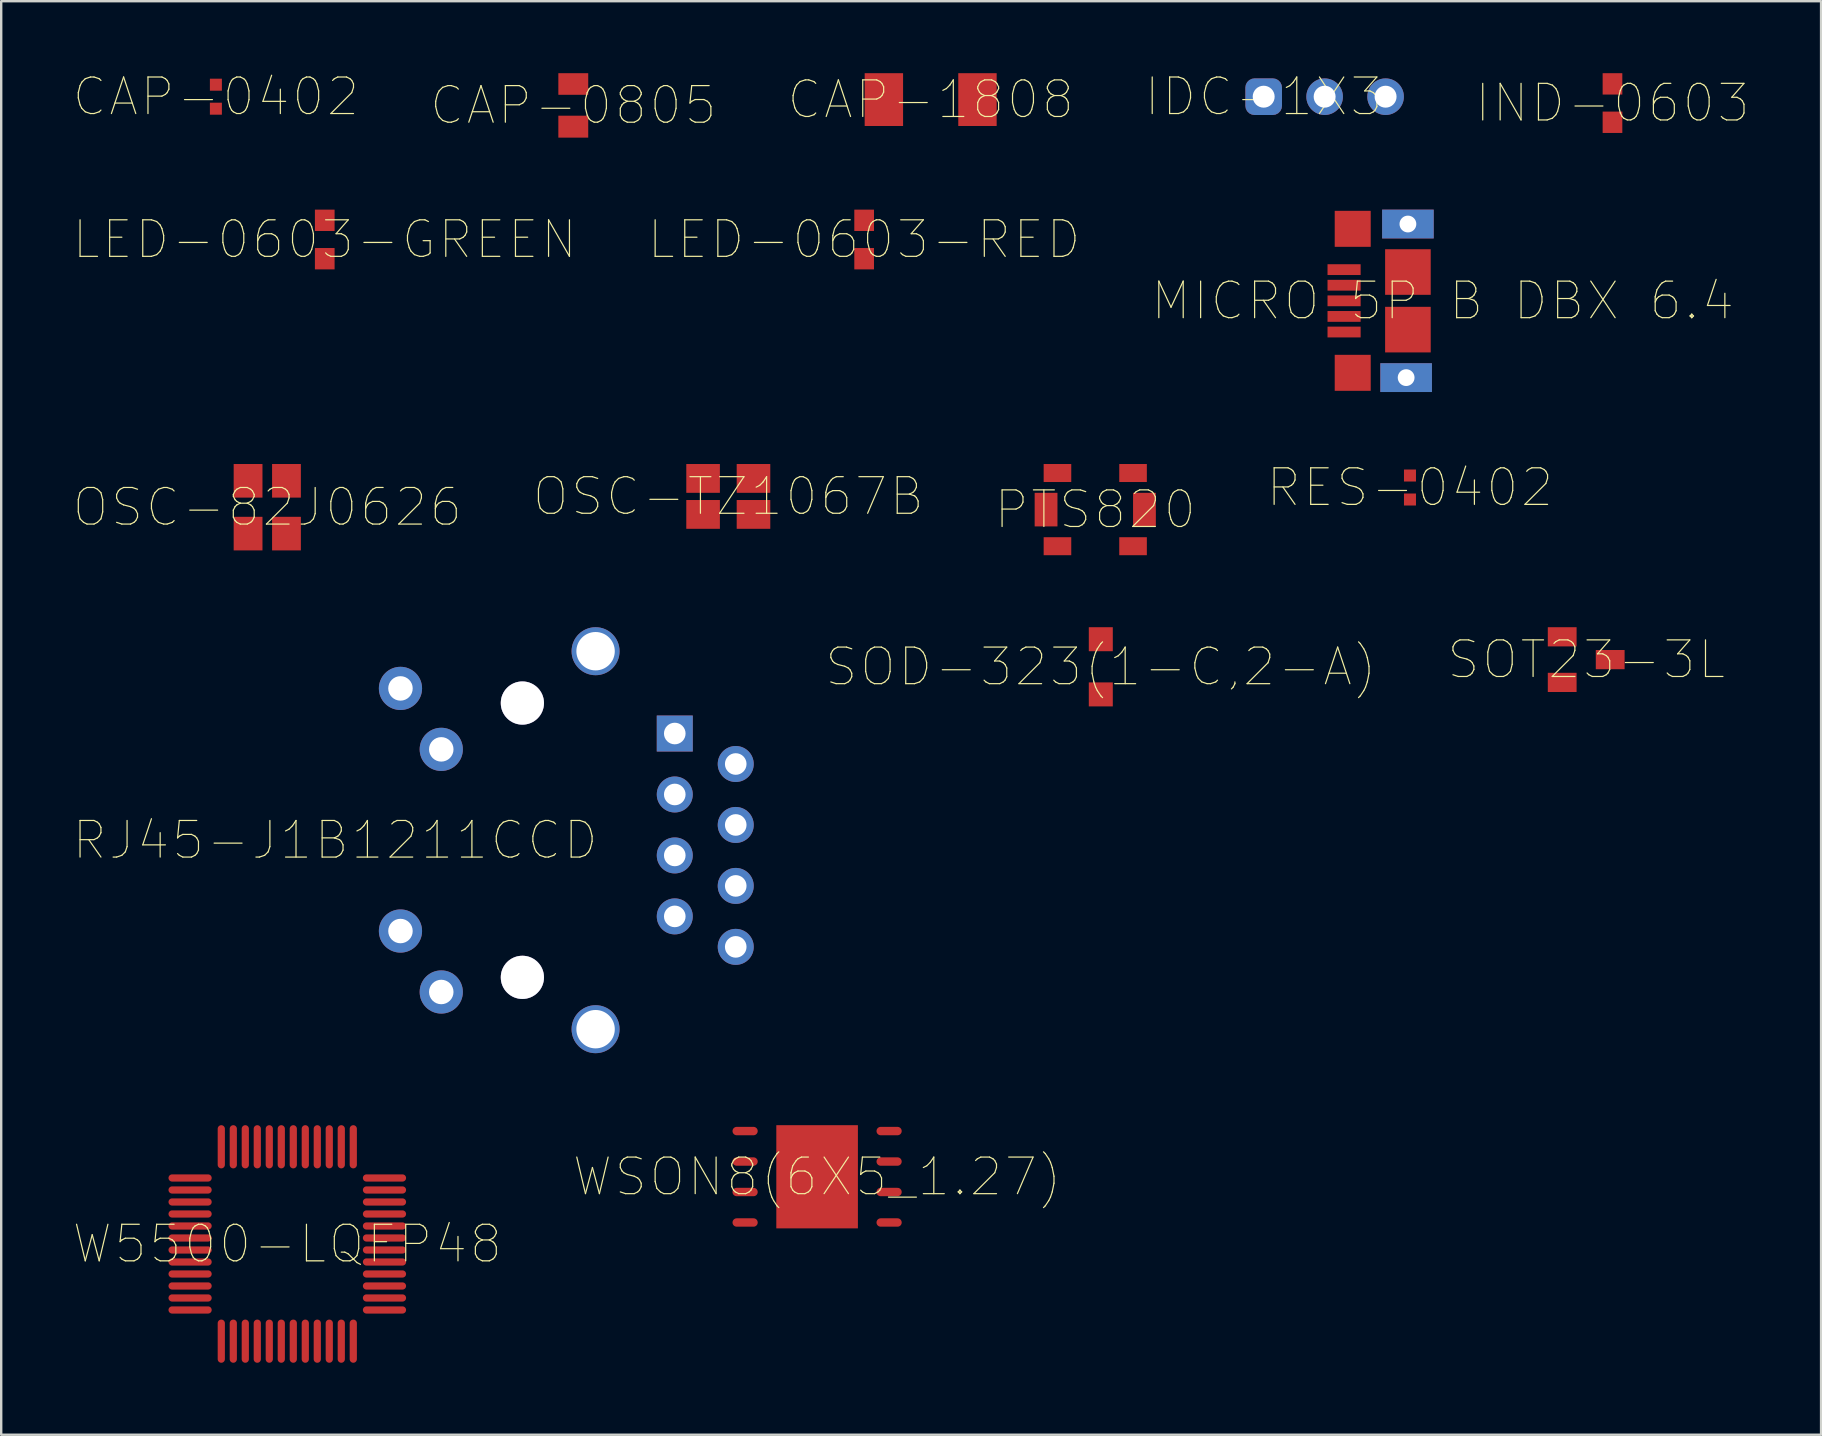
<source format=kicad_pcb>
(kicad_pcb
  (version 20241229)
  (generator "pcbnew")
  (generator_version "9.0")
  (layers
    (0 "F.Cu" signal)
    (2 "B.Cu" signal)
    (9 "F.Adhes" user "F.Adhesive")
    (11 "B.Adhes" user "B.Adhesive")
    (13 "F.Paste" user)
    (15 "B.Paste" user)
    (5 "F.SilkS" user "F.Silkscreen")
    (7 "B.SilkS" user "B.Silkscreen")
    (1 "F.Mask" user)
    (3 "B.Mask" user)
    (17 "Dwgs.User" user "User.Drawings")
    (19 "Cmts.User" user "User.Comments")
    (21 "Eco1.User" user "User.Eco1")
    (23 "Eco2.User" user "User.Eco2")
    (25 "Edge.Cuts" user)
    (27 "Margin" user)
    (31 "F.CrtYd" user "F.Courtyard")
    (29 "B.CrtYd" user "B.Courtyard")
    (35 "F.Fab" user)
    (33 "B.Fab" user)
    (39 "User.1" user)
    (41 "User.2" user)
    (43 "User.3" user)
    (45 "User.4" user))
  (footprint "IND-0603"
    (layer "F.Cu")
    (at 64.14 1.245)
    (property "Reference" "IND-0603" (at 0 0 0) (layer "F.SilkS") (effects (font (size 1.524 1.524) (thickness 0.05))))
    (attr smd)
    (pad "1" smd rect (at 0 -0.8 270) (size 0.89 0.82) (layers "F.Cu"))
    (pad "2" smd rect (at 0 0.8 270) (size 0.89 0.82) (layers "F.Cu")))
  (footprint "LED-0603-GREEN"
    (layer "F.Cu")
    (at 10.482 6.93)
    (property "Reference" "LED-0603-GREEN" (at 0 0 0) (layer "F.SilkS") (effects (font (size 1.524 1.524) (thickness 0.05))))
    (attr smd)
    (pad "1" smd rect (at 0 0.8 90) (size 0.89 0.82) (layers "F.Cu"))
    (pad "2" smd rect (at 0 -0.8 90) (size 0.89 0.82) (layers "F.Cu")))
  (footprint "WSON8(6X5_1.27)"
    (layer "F.Cu")
    (at 30.998 45.985)
    (property "Reference" "WSON8(6X5_1.27)" (at 0 0 0) (layer "F.SilkS") (effects (font (size 1.524 1.524) (thickness 0.05))))
    (attr smd)
    (pad "1" smd oval (at 3 1.905 180) (size 1.05 0.35) (layers "F.Cu"))
    (pad "2" smd oval (at 3 0.635 180) (size 1.05 0.35) (layers "F.Cu"))
    (pad "3" smd oval (at 3 -0.635 180) (size 1.05 0.35) (layers "F.Cu"))
    (pad "4" smd oval (at 3 -1.905 180) (size 1.05 0.35) (layers "F.Cu"))
    (pad "5" smd oval (at -3 -1.905 180) (size 1.05 0.35) (layers "F.Cu"))
    (pad "6" smd oval (at -3 -0.635 180) (size 1.05 0.35) (layers "F.Cu"))
    (pad "7" smd oval (at -3 0.635 180) (size 1.05 0.35) (layers "F.Cu"))
    (pad "8" smd oval (at -3 1.905 180) (size 1.05 0.35) (layers "F.Cu"))
    (pad "9" smd rect (at 0 0 180) (size 3.4 4.3) (layers "F.Cu")))
  (footprint "CAP-0805"
    (layer "F.Cu")
    (at 20.838 1.339)
    (property "Reference" "CAP-0805" (at 0 0 0) (layer "F.SilkS") (effects (font (size 1.524 1.524) (thickness 0.05))))
    (attr smd)
    (pad "1" smd rect (at 0 0.889 90) (size 0.914 1.245) (layers "F.Cu"))
    (pad "2" smd rect (at 0 -0.889 90) (size 0.9 1.245) (layers "F.Cu")))
  (footprint "RES-0402"
    (layer "F.Cu")
    (at 55.702 17.264)
    (property "Reference" "RES-0402" (at 0 0 0) (layer "F.SilkS") (effects (font (size 1.524 1.524) (thickness 0.05))))
    (attr smd)
    (pad "1" smd rect (at 0 -0.5 270) (size 0.5 0.5) (layers "F.Cu"))
    (pad "2" smd rect (at 0 0.5 270) (size 0.5 0.5) (layers "F.Cu")))
  (footprint "RJ45-J1B1211CCD"
    (layer "F.Cu")
    (at 10.917 31.96)
    (property "Reference" "RJ45-J1B1211CCD" (at 0 0 0) (layer "F.SilkS") (effects (font (size 1.524 1.524) (thickness 0.05))))
    (attr smd)
    (pad "" thru_hole circle (at 7.8 -5.715 90) (size 1.8 1.8) (drill 3.25) (layers "*.Cu"))
    (pad "" thru_hole circle (at 7.8 5.715 90) (size 1.8 1.8) (drill 3.25) (layers "*.Cu"))
    (pad "1" thru_hole rect (at 14.15 -4.445 90) (size 1.5 1.5) (drill 0.9) (layers "*.Cu"))
    (pad "2" thru_hole circle (at 16.69 -3.175 90) (size 1.5 1.5) (drill 0.9) (layers "*.Cu"))
    (pad "3" thru_hole circle (at 14.15 -1.905 90) (size 1.5 1.5) (drill 0.9) (layers "*.Cu"))
    (pad "4" thru_hole circle (at 16.69 -0.635 90) (size 1.5 1.5) (drill 0.9) (layers "*.Cu"))
    (pad "5" thru_hole circle (at 14.15 0.635 90) (size 1.5 1.5) (drill 0.9) (layers "*.Cu"))
    (pad "6" thru_hole circle (at 16.69 1.905 90) (size 1.5 1.5) (drill 0.9) (layers "*.Cu"))
    (pad "7" thru_hole circle (at 14.15 3.175 90) (size 1.5 1.5) (drill 0.9) (layers "*.Cu"))
    (pad "8" thru_hole circle (at 16.69 4.445 90) (size 1.5 1.5) (drill 0.9) (layers "*.Cu"))
    (pad "9" thru_hole circle (at 2.72 -6.325 90) (size 1.8 1.8) (drill 1.02) (layers "*.Cu"))
    (pad "10" thru_hole circle (at 4.42 -3.785 90) (size 1.8 1.8) (drill 1.02) (layers "*.Cu"))
    (pad "11" thru_hole circle (at 2.72 3.785 90) (size 1.8 1.8) (drill 1.02) (layers "*.Cu"))
    (pad "12" thru_hole circle (at 4.42 6.325 90) (size 1.8 1.8) (drill 1.02) (layers "*.Cu"))
    (pad "S1" thru_hole circle (at 10.85 -7.875 90) (size 2 2) (drill 1.6) (layers "*.Cu"))
    (pad "S2" thru_hole circle (at 10.85 7.875 90) (size 2 2) (drill 1.6) (layers "*.Cu")))
  (footprint "OSC-TZ1067B"
    (layer "F.Cu")
    (at 27.297 17.635)
    (property "Reference" "OSC-TZ1067B" (at 0 0 0) (layer "F.SilkS") (effects (font (size 1.524 1.524) (thickness 0.05))))
    (attr smd)
    (pad "1" smd rect (at 1.05 -0.75 180) (size 1.4 1.2) (layers "F.Cu"))
    (pad "2" smd rect (at -1.05 -0.75 180) (size 1.4 1.2) (layers "F.Cu"))
    (pad "3" smd rect (at -1.05 0.75 180) (size 1.4 1.2) (layers "F.Cu"))
    (pad "4" smd rect (at 1.05 0.75 180) (size 1.4 1.2) (layers "F.Cu")))
  (footprint "MICRO 5P B DBX 6.4"
    (layer "F.Cu")
    (at 57.066 9.485)
    (property "Reference" "MICRO 5P B DBX 6.4" (at 0 0 0) (layer "F.SilkS") (effects (font (size 1.524 1.524) (thickness 0.05))))
    (attr smd)
    (pad "1" smd rect (at -4.11 1.3 90) (size 0.45 1.38) (layers "F.Cu"))
    (pad "2" smd rect (at -4.11 0.65 90) (size 0.45 1.38) (layers "F.Cu"))
    (pad "3" smd rect (at -4.11 0 90) (size 0.45 1.38) (layers "F.Cu"))
    (pad "4" smd rect (at -4.11 -0.65 90) (size 0.45 1.38) (layers "F.Cu"))
    (pad "5" smd rect (at -4.11 -1.3 90) (size 0.45 1.38) (layers "F.Cu"))
    (pad "6" thru_hole rect (at -1.524 3.2) (size 2.15 1.2) (drill 0.7) (layers "*.Cu"))
    (pad "7" thru_hole rect (at -1.45 -3.2) (size 2.15 1.2) (drill 0.7) (layers "*.Cu"))
    (pad "8" smd rect (at -1.45 1.2) (size 1.9 1.9) (layers "F.Cu"))
    (pad "9" smd rect (at -1.45 -1.2) (size 1.9 1.9) (layers "F.Cu"))
    (pad "10" smd rect (at -3.75 -3) (size 1.5 1.5) (layers "F.Cu"))
    (pad "11" smd rect (at -3.75 3) (size 1.5 1.5) (layers "F.Cu")))
  (footprint "W5500-LQFP48"
    (layer "F.Cu")
    (at 8.921 48.785)
    (property "Reference" "W5500-LQFP48" (at 0 0 0) (layer "F.SilkS") (effects (font (size 1.524 1.524) (thickness 0.05))))
    (attr smd)
    (pad "1" smd oval (at -4.05 -2.75 90) (size 0.3 1.8) (layers "F.Cu"))
    (pad "2" smd oval (at -4.05 -2.25 90) (size 0.3 1.8) (layers "F.Cu"))
    (pad "3" smd oval (at -4.05 -1.75 90) (size 0.3 1.8) (layers "F.Cu"))
    (pad "4" smd oval (at -4.05 -1.25 90) (size 0.3 1.8) (layers "F.Cu"))
    (pad "5" smd oval (at -4.05 -0.75 90) (size 0.3 1.8) (layers "F.Cu"))
    (pad "6" smd oval (at -4.05 -0.25 90) (size 0.3 1.8) (layers "F.Cu"))
    (pad "7" smd oval (at -4.05 0.25 90) (size 0.3 1.8) (layers "F.Cu"))
    (pad "8" smd oval (at -4.05 0.75 90) (size 0.3 1.8) (layers "F.Cu"))
    (pad "9" smd oval (at -4.05 1.25 90) (size 0.3 1.8) (layers "F.Cu"))
    (pad "10" smd oval (at -4.05 1.75 90) (size 0.3 1.8) (layers "F.Cu"))
    (pad "11" smd oval (at -4.05 2.25 90) (size 0.3 1.8) (layers "F.Cu"))
    (pad "12" smd oval (at -4.05 2.75 90) (size 0.3 1.8) (layers "F.Cu"))
    (pad "13" smd oval (at -2.75 4.05) (size 0.3 1.8) (layers "F.Cu"))
    (pad "14" smd oval (at -2.25 4.05) (size 0.3 1.8) (layers "F.Cu"))
    (pad "15" smd oval (at -1.75 4.05) (size 0.3 1.8) (layers "F.Cu"))
    (pad "16" smd oval (at -1.25 4.05) (size 0.3 1.8) (layers "F.Cu"))
    (pad "17" smd oval (at -0.75 4.05) (size 0.3 1.8) (layers "F.Cu"))
    (pad "18" smd oval (at -0.25 4.05) (size 0.3 1.8) (layers "F.Cu"))
    (pad "19" smd oval (at 0.25 4.05) (size 0.3 1.8) (layers "F.Cu"))
    (pad "20" smd oval (at 0.75 4.05) (size 0.3 1.8) (layers "F.Cu"))
    (pad "21" smd oval (at 1.25 4.05) (size 0.3 1.8) (layers "F.Cu"))
    (pad "22" smd oval (at 1.75 4.05) (size 0.3 1.8) (layers "F.Cu"))
    (pad "23" smd oval (at 2.25 4.05) (size 0.3 1.8) (layers "F.Cu"))
    (pad "24" smd oval (at 2.75 4.05) (size 0.3 1.8) (layers "F.Cu"))
    (pad "25" smd oval (at 4.05 2.75 90) (size 0.3 1.8) (layers "F.Cu"))
    (pad "26" smd oval (at 4.05 2.25 90) (size 0.3 1.8) (layers "F.Cu"))
    (pad "27" smd oval (at 4.05 1.75 90) (size 0.3 1.8) (layers "F.Cu"))
    (pad "28" smd oval (at 4.05 1.25 90) (size 0.3 1.8) (layers "F.Cu"))
    (pad "29" smd oval (at 4.05 0.75 90) (size 0.3 1.8) (layers "F.Cu"))
    (pad "30" smd oval (at 4.05 0.25 90) (size 0.3 1.8) (layers "F.Cu"))
    (pad "31" smd oval (at 4.05 -0.25 90) (size 0.3 1.8) (layers "F.Cu"))
    (pad "32" smd oval (at 4.05 -0.75 90) (size 0.3 1.8) (layers "F.Cu"))
    (pad "33" smd oval (at 4.05 -1.25 90) (size 0.3 1.8) (layers "F.Cu"))
    (pad "34" smd oval (at 4.05 -1.75 90) (size 0.3 1.8) (layers "F.Cu"))
    (pad "35" smd oval (at 4.05 -2.25 90) (size 0.3 1.8) (layers "F.Cu"))
    (pad "36" smd oval (at 4.05 -2.75 90) (size 0.3 1.8) (layers "F.Cu"))
    (pad "37" smd oval (at 2.75 -4.05) (size 0.3 1.8) (layers "F.Cu"))
    (pad "38" smd oval (at 2.25 -4.05) (size 0.3 1.8) (layers "F.Cu"))
    (pad "39" smd oval (at 1.75 -4.05) (size 0.3 1.8) (layers "F.Cu"))
    (pad "40" smd oval (at 1.25 -4.05) (size 0.3 1.8) (layers "F.Cu"))
    (pad "41" smd oval (at 0.75 -4.05) (size 0.3 1.8) (layers "F.Cu"))
    (pad "42" smd oval (at 0.25 -4.05) (size 0.3 1.8) (layers "F.Cu"))
    (pad "43" smd oval (at -0.25 -4.05) (size 0.3 1.8) (layers "F.Cu"))
    (pad "44" smd oval (at -0.75 -4.05) (size 0.3 1.8) (layers "F.Cu"))
    (pad "45" smd oval (at -1.25 -4.05) (size 0.3 1.8) (layers "F.Cu"))
    (pad "46" smd oval (at -1.75 -4.05) (size 0.3 1.8) (layers "F.Cu"))
    (pad "47" smd oval (at -2.25 -4.05) (size 0.3 1.8) (layers "F.Cu"))
    (pad "48" smd oval (at -2.75 -4.05) (size 0.3 1.8) (layers "F.Cu")))
  (footprint "SOT23-3L"
    (layer "F.Cu")
    (at 63.045 24.435)
    (property "Reference" "SOT23-3L" (at 0 0 0) (layer "F.SilkS") (effects (font (size 1.524 1.524) (thickness 0.05))))
    (attr smd)
    (pad "1" smd rect (at -1 -0.95 270) (size 0.8 1.2) (layers "F.Cu"))
    (pad "2" smd rect (at -1 0.95 270) (size 0.8 1.2) (layers "F.Cu"))
    (pad "3" smd rect (at 1 0 270) (size 0.8 1.2) (layers "F.Cu")))
  (footprint "SOD-323(1-C,2-A)"
    (layer "F.Cu")
    (at 42.819 24.735)
    (property "Reference" "SOD-323(1-C,2-A)" (at 0 0 0) (layer "F.SilkS") (effects (font (size 1.524 1.524) (thickness 0.05))))
    (attr smd)
    (pad "1" smd rect (at 0 1.15 270) (size 1 1) (layers "F.Cu"))
    (pad "2" smd rect (at 0 -1.15 270) (size 1 1) (layers "F.Cu")))
  (footprint "PTS820"
    (layer "F.Cu")
    (at 42.588 18.185)
    (property "Reference" "PTS820" (at 0 0 0) (layer "F.SilkS") (effects (font (size 1.524 1.524) (thickness 0.05))))
    (attr smd)
    (pad "0" smd rect (at -1.575 -1.525) (size 1.15 0.75) (layers "F.Cu"))
    (pad "0" smd rect (at -1.575 1.525) (size 1.15 0.75) (layers "F.Cu"))
    (pad "0" thru_hole circle (at 0 -0.9) (size 0.001 0.001) (drill 0.8) (layers "*.Cu"))
    (pad "0" thru_hole circle (at 0 0.9 180) (size 0.001 0.001) (drill 0.8) (layers "*.Cu"))
    (pad "0" smd rect (at 1.575 -1.525 180) (size 1.15 0.75) (layers "F.Cu"))
    (pad "0" smd rect (at 1.575 1.525 180) (size 1.15 0.75) (layers "F.Cu"))
    (pad "1" smd rect (at 2.05 0) (size 0.95 1.4) (layers "F.Cu"))
    (pad "2" smd rect (at -2.05 0) (size 0.95 1.4) (layers "F.Cu")))
  (footprint "CAP-1808"
    (layer "F.Cu")
    (at 35.73 1.1)
    (property "Reference" "CAP-1808" (at 0 0 0) (layer "F.SilkS") (effects (font (size 1.524 1.524) (thickness 0.05))))
    (attr smd)
    (pad "1" smd rect (at 1.95 0 180) (size 1.6 2.2) (layers "F.Cu"))
    (pad "2" smd rect (at -1.95 0 180) (size 1.6 2.2) (layers "F.Cu")))
  (footprint "LED-0603-RED"
    (layer "F.Cu")
    (at 32.958 6.93)
    (property "Reference" "LED-0603-RED" (at 0 0 0) (layer "F.SilkS") (effects (font (size 1.524 1.524) (thickness 0.05))))
    (attr smd)
    (pad "1" smd rect (at 0 -0.8 270) (size 0.89 0.82) (layers "F.Cu"))
    (pad "2" smd rect (at 0 0.8 270) (size 0.89 0.82) (layers "F.Cu")))
  (footprint "OSC-82J0626"
    (layer "F.Cu")
    (at 8.087 18.085)
    (property "Reference" "OSC-82J0626" (at 0 0 0) (layer "F.SilkS") (effects (font (size 1.524 1.524) (thickness 0.05))))
    (attr smd)
    (pad "1" smd rect (at 0.8 1.1 90) (size 1.4 1.2) (layers "F.Cu"))
    (pad "2" smd rect (at 0.8 -1.1 90) (size 1.4 1.2) (layers "F.Cu"))
    (pad "3" smd rect (at -0.8 -1.1 90) (size 1.4 1.2) (layers "F.Cu"))
    (pad "4" smd rect (at -0.8 1.1 90) (size 1.4 1.2) (layers "F.Cu")))
  (footprint "CAP-0402"
    (layer "F.Cu")
    (at 5.946 0.979)
    (property "Reference" "CAP-0402" (at 0 0 0) (layer "F.SilkS") (effects (font (size 1.524 1.524) (thickness 0.05))))
    (attr smd)
    (pad "1" smd rect (at 0 -0.5 270) (size 0.5 0.5) (layers "F.Cu"))
    (pad "2" smd rect (at 0 0.5 270) (size 0.5 0.5) (layers "F.Cu")))
  (footprint "IDC-1X3"
    (layer "F.Cu")
    (at 49.606 0.979)
    (property "Reference" "IDC-1X3" (at 0 0 0) (layer "F.SilkS") (effects (font (size 1.524 1.524) (thickness 0.05))))
    (attr smd)
    (pad "1" thru_hole roundrect (at 0 0) (size 1.524 1.524) (drill 0.914) (layers "*.Cu") (roundrect_rratio 0.25))
    (pad "2" thru_hole circle (at 2.54 0) (size 1.524 1.524) (drill 0.914) (layers "*.Cu"))
    (pad "3" thru_hole circle (at 5.08 0) (size 1.524 1.524) (drill 0.914) (layers "*.Cu")))
  (gr_rect
    (start -3 -3)
    (end 72.832 56.735)
    (stroke (width 0.1) (type default))
    (fill no)
    (layer "Edge.Cuts")))
</source>
